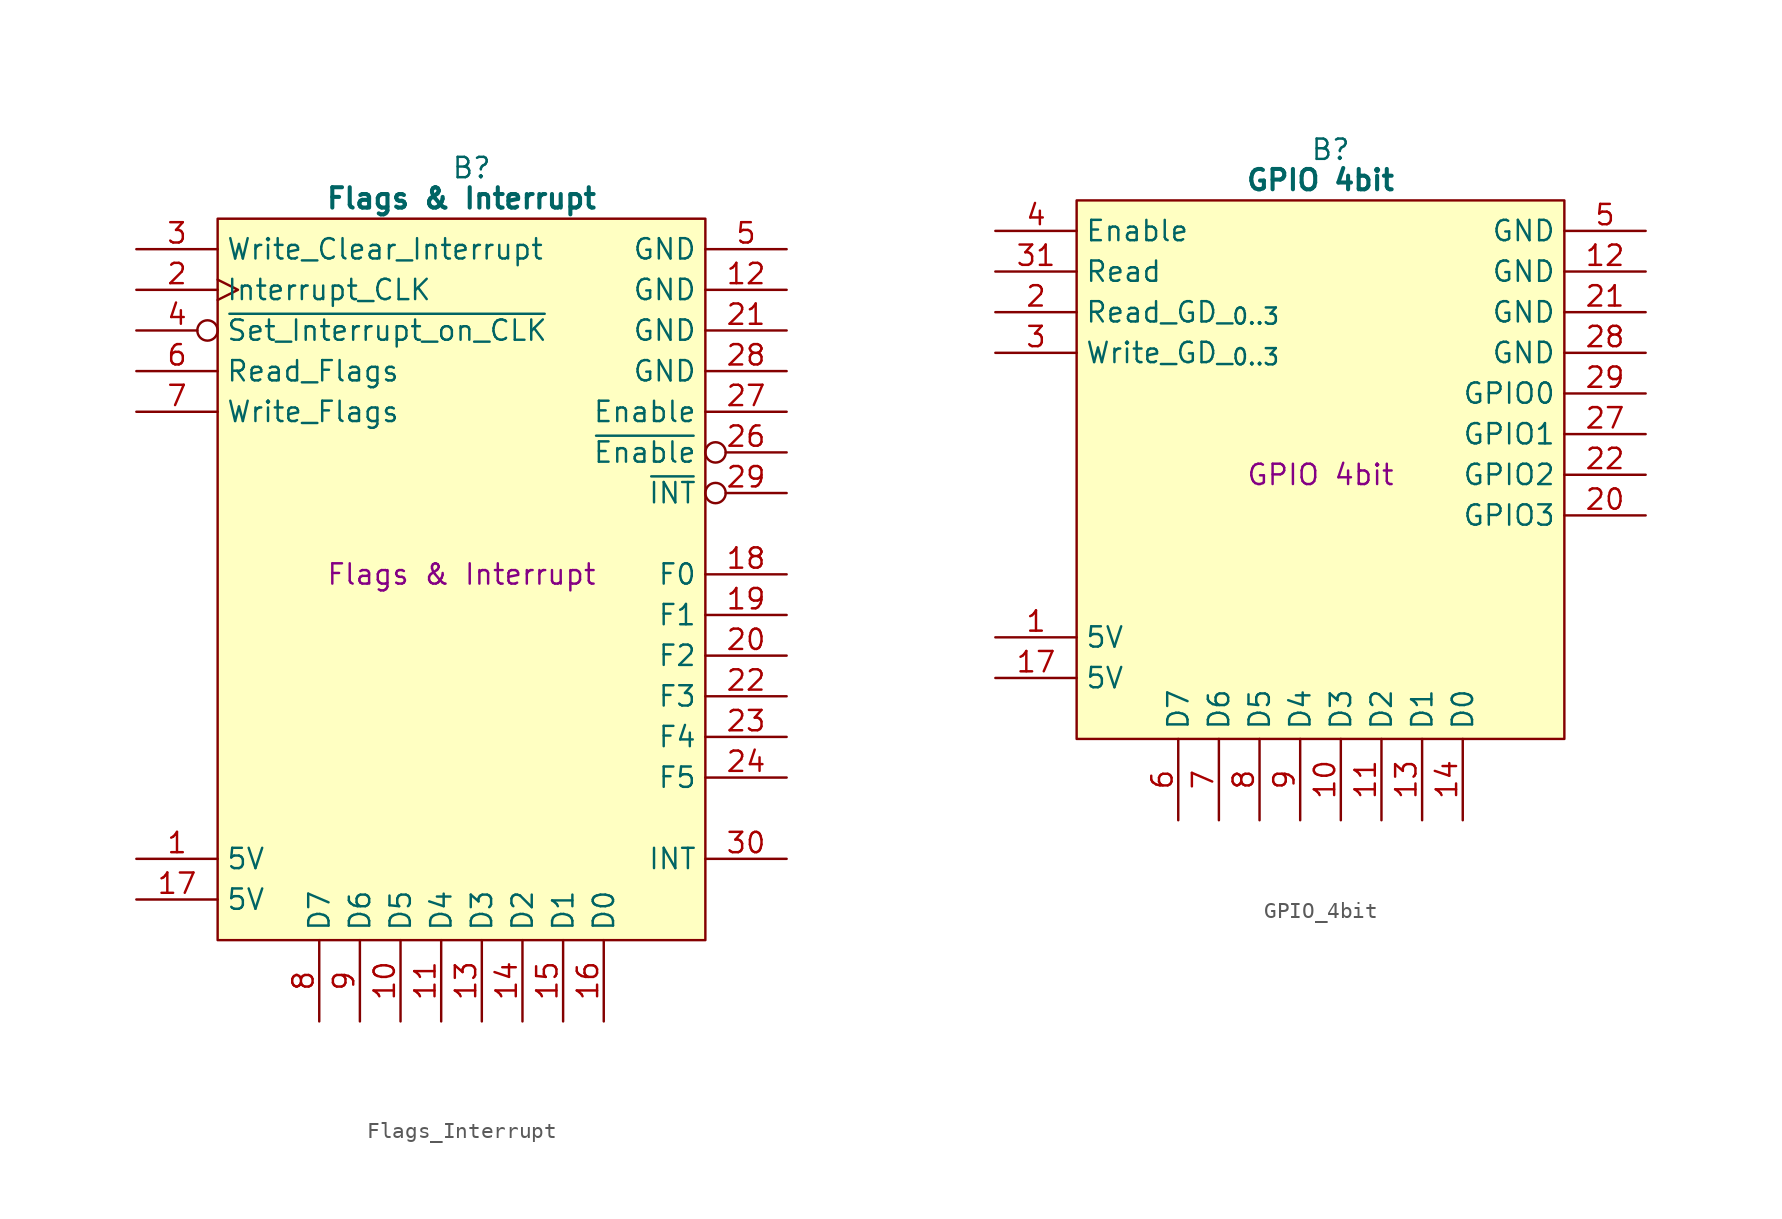
<source format=kicad_sym>
(kicad_symbol_lib
  (version 20241209)
  (generator "kicad_symbol_editor")
  (generator_version "9.0")
  (symbol "Flags_Interrupt"
    (property "Reference" "B"
      (at 15.875 5.08 0)
      (effects (font (size 1.27 1.27))))
    (property "Value" "Flags & Interrupt"
      (at 15.24 3.175 0)
      (effects (font (size 1.27 1.27) (bold yes))))
    (property "Description" "Flags & Interrupt"
      (at 15.24 -20.32 0)
      (effects (font (size 1.27 1.27))))
    (symbol "Flags_Interrupt_0_1"
      (polyline (pts (xy 0 1.905) (xy 30.48 1.905) (xy 30.48 -43.18) (xy 0 -43.18) (xy 0 1.905)) (stroke (width 0.152) (type default)) (fill (type background))))
    (symbol "Flags_Interrupt_1_1"
      (pin input line (at -5.08 0 0) (length 5.08) (name "Write_Clear_Interrupt" (effects (font (size 1.27 1.27)))) (number "3" (effects (font (size 1.27 1.27)))))
      (pin input clock (at -5.08 -2.54 0) (length 5.08) (name "Interrupt_CLK" (effects (font (size 1.27 1.27)))) (number "2" (effects (font (size 1.27 1.27)))))
      (pin input inverted (at -5.08 -5.08 0) (length 5.08) (name "~{Set_Interrupt_on_CLK}" (effects (font (size 1.27 1.27)))) (number "4" (effects (font (size 1.27 1.27)))))
      (pin input line (at -5.08 -7.62 0) (length 5.08) (name "Read_Flags" (effects (font (size 1.27 1.27)))) (number "6" (effects (font (size 1.27 1.27)))))
      (pin input line (at -5.08 -10.16 0) (length 5.08) (name "Write_Flags" (effects (font (size 1.27 1.27)))) (number "7" (effects (font (size 1.27 1.27)))))
      (pin passive line (at -5.08 -38.1 0) (length 5.08) (name "5V" (effects (font (size 1.27 1.27)))) (number "1" (effects (font (size 1.27 1.27)))))
      (pin passive line (at -5.08 -40.64 0) (length 5.08) (name "5V" (effects (font (size 1.27 1.27)))) (number "17" (effects (font (size 1.27 1.27)))))
      (pin input line (at 6.35 -48.26 90) (length 5.08) (name "D7" (effects (font (size 1.27 1.27)))) (number "8" (effects (font (size 1.27 1.27)))))
      (pin input line (at 8.89 -48.26 90) (length 5.08) (name "D6" (effects (font (size 1.27 1.27)))) (number "9" (effects (font (size 1.27 1.27)))))
      (pin input line (at 11.43 -48.26 90) (length 5.08) (name "D5" (effects (font (size 1.27 1.27)))) (number "10" (effects (font (size 1.27 1.27)))))
      (pin input line (at 13.97 -48.26 90) (length 5.08) (name "D4" (effects (font (size 1.27 1.27)))) (number "11" (effects (font (size 1.27 1.27)))))
      (pin input line (at 16.51 -48.26 90) (length 5.08) (name "D3" (effects (font (size 1.27 1.27)))) (number "13" (effects (font (size 1.27 1.27)))))
      (pin input line (at 19.05 -48.26 90) (length 5.08) (name "D2" (effects (font (size 1.27 1.27)))) (number "14" (effects (font (size 1.27 1.27)))))
      (pin input line (at 21.59 -48.26 90) (length 5.08) (name "D1" (effects (font (size 1.27 1.27)))) (number "15" (effects (font (size 1.27 1.27)))))
      (pin input line (at 24.13 -48.26 90) (length 5.08) (name "D0" (effects (font (size 1.27 1.27)))) (number "16" (effects (font (size 1.27 1.27)))))
      (pin passive line (at 35.56 0 180) (length 5.08) (name "GND" (effects (font (size 1.27 1.27)))) (number "5" (effects (font (size 1.27 1.27)))))
      (pin passive line (at 35.56 -2.54 180) (length 5.08) (name "GND" (effects (font (size 1.27 1.27)))) (number "12" (effects (font (size 1.27 1.27)))))
      (pin passive line (at 35.56 -5.08 180) (length 5.08) (name "GND" (effects (font (size 1.27 1.27)))) (number "21" (effects (font (size 1.27 1.27)))))
      (pin passive line (at 35.56 -7.62 180) (length 5.08) (name "GND" (effects (font (size 1.27 1.27)))) (number "28" (effects (font (size 1.27 1.27)))))
      (pin output line (at 35.56 -10.16 180) (length 5.08) (name "Enable" (effects (font (size 1.27 1.27)))) (number "27" (effects (font (size 1.27 1.27)))))
      (pin output inverted (at 35.56 -12.7 180) (length 5.08) (name "~{Enable}" (effects (font (size 1.27 1.27)))) (number "26" (effects (font (size 1.27 1.27)))))
      (pin output inverted (at 35.56 -15.24 180) (length 5.08) (name "~{INT}" (effects (font (size 1.27 1.27)))) (number "29" (effects (font (size 1.27 1.27)))))
      (pin no_connect line (at 35.56 -17.78 180) (length 5.08) (hide yes) (name "N.C." (effects (font (size 1.27 1.27)))) (number "32" (effects (font (size 1.27 1.27)))))
      (pin output line (at 35.56 -20.32 180) (length 5.08) (name "F0" (effects (font (size 1.27 1.27)))) (number "18" (effects (font (size 1.27 1.27)))))
      (pin output line (at 35.56 -22.86 180) (length 5.08) (name "F1" (effects (font (size 1.27 1.27)))) (number "19" (effects (font (size 1.27 1.27)))))
      (pin output line (at 35.56 -25.4 180) (length 5.08) (name "F2" (effects (font (size 1.27 1.27)))) (number "20" (effects (font (size 1.27 1.27)))))
      (pin output line (at 35.56 -27.94 180) (length 5.08) (name "F3" (effects (font (size 1.27 1.27)))) (number "22" (effects (font (size 1.27 1.27)))))
      (pin output line (at 35.56 -30.48 180) (length 5.08) (name "F4" (effects (font (size 1.27 1.27)))) (number "23" (effects (font (size 1.27 1.27)))))
      (pin output line (at 35.56 -33.02 180) (length 5.08) (name "F5" (effects (font (size 1.27 1.27)))) (number "24" (effects (font (size 1.27 1.27)))))
      (pin no_connect line (at 35.56 -35.56 180) (length 5.08) (hide yes) (name "N.C." (effects (font (size 1.27 1.27)))) (number "25" (effects (font (size 1.27 1.27)))))
      (pin output line (at 35.56 -38.1 180) (length 5.08) (name "INT" (effects (font (size 1.27 1.27)))) (number "30" (effects (font (size 1.27 1.27)))))
      (pin no_connect line (at 35.56 -40.64 180) (length 5.08) (hide yes) (name "N.C." (effects (font (size 1.27 1.27)))) (number "31" (effects (font (size 1.27 1.27)))))))
  (symbol "GPIO_4bit"
    (property "Reference" "B"
      (at 15.875 5.08 0)
      (effects (font (size 1.27 1.27))))
    (property "Value" "GPIO 4bit"
      (at 15.24 3.175 0)
      (effects (font (size 1.27 1.27) (bold yes))))
    (property "Description" "GPIO 4bit"
      (at 15.24 -15.24 0)
      (effects (font (size 1.27 1.27))))
    (symbol "GPIO_4bit_0_1"
      (polyline (pts (xy 0 1.905) (xy 30.48 1.905) (xy 30.48 -31.75) (xy 0 -31.75) (xy 0 1.905)) (stroke (width 0.152) (type default)) (fill (type background))))
    (symbol "GPIO_4bit_1_1"
      (pin input line (at -5.08 0 0) (length 5.08) (name "Enable" (effects (font (size 1.27 1.27)))) (number "4" (effects (font (size 1.27 1.27)))))
      (pin input line (at -5.08 -2.54 0) (length 5.08) (name "Read" (effects (font (size 1.27 1.27)))) (number "31" (effects (font (size 1.27 1.27)))))
      (pin input line (at -5.08 -5.08 0) (length 5.08) (name "Read_GD__{0..3}" (effects (font (size 1.27 1.27)))) (number "2" (effects (font (size 1.27 1.27)))))
      (pin input line (at -5.08 -7.62 0) (length 5.08) (name "Write_GD__{0..3}" (effects (font (size 1.27 1.27)))) (number "3" (effects (font (size 1.27 1.27)))))
      (pin no_connect line (at -5.08 -10.16 0) (length 5.08) (hide yes) (name "N.C." (effects (font (size 1.27 1.27)))) (number "16" (effects (font (size 1.27 1.27)))))
      (pin no_connect line (at -5.08 -12.7 0) (length 5.08) (hide yes) (name "N.C." (effects (font (size 1.27 1.27)))) (number "18" (effects (font (size 1.27 1.27)))))
      (pin no_connect line (at -5.08 -15.24 0) (length 5.08) (hide yes) (name "N.C." (effects (font (size 1.27 1.27)))) (number "19" (effects (font (size 1.27 1.27)))))
      (pin no_connect line (at -5.08 -17.78 0) (length 5.08) (hide yes) (name "N.C." (effects (font (size 1.27 1.27)))) (number "23" (effects (font (size 1.27 1.27)))))
      (pin no_connect line (at -5.08 -20.32 0) (length 5.08) (hide yes) (name "N.C." (effects (font (size 1.27 1.27)))) (number "24" (effects (font (size 1.27 1.27)))))
      (pin no_connect line (at -5.08 -22.86 0) (length 5.08) (hide yes) (name "N.C." (effects (font (size 1.27 1.27)))) (number "25" (effects (font (size 1.27 1.27)))))
      (pin passive line (at -5.08 -25.4 0) (length 5.08) (name "5V" (effects (font (size 1.27 1.27)))) (number "1" (effects (font (size 1.27 1.27)))))
      (pin passive line (at -5.08 -27.94 0) (length 5.08) (name "5V" (effects (font (size 1.27 1.27)))) (number "17" (effects (font (size 1.27 1.27)))))
      (pin tri_state line (at 6.35 -36.83 90) (length 5.08) (name "D7" (effects (font (size 1.27 1.27)))) (number "6" (effects (font (size 1.27 1.27)))))
      (pin tri_state line (at 8.89 -36.83 90) (length 5.08) (name "D6" (effects (font (size 1.27 1.27)))) (number "7" (effects (font (size 1.27 1.27)))))
      (pin tri_state line (at 11.43 -36.83 90) (length 5.08) (name "D5" (effects (font (size 1.27 1.27)))) (number "8" (effects (font (size 1.27 1.27)))))
      (pin tri_state line (at 13.97 -36.83 90) (length 5.08) (name "D4" (effects (font (size 1.27 1.27)))) (number "9" (effects (font (size 1.27 1.27)))))
      (pin tri_state line (at 16.51 -36.83 90) (length 5.08) (name "D3" (effects (font (size 1.27 1.27)))) (number "10" (effects (font (size 1.27 1.27)))))
      (pin tri_state line (at 19.05 -36.83 90) (length 5.08) (name "D2" (effects (font (size 1.27 1.27)))) (number "11" (effects (font (size 1.27 1.27)))))
      (pin tri_state line (at 21.59 -36.83 90) (length 5.08) (name "D1" (effects (font (size 1.27 1.27)))) (number "13" (effects (font (size 1.27 1.27)))))
      (pin tri_state line (at 24.13 -36.83 90) (length 5.08) (name "D0" (effects (font (size 1.27 1.27)))) (number "14" (effects (font (size 1.27 1.27)))))
      (pin passive line (at 35.56 0 180) (length 5.08) (name "GND" (effects (font (size 1.27 1.27)))) (number "5" (effects (font (size 1.27 1.27)))))
      (pin passive line (at 35.56 -2.54 180) (length 5.08) (name "GND" (effects (font (size 1.27 1.27)))) (number "12" (effects (font (size 1.27 1.27)))))
      (pin passive line (at 35.56 -5.08 180) (length 5.08) (name "GND" (effects (font (size 1.27 1.27)))) (number "21" (effects (font (size 1.27 1.27)))))
      (pin passive line (at 35.56 -7.62 180) (length 5.08) (name "GND" (effects (font (size 1.27 1.27)))) (number "28" (effects (font (size 1.27 1.27)))))
      (pin tri_state line (at 35.56 -10.16 180) (length 5.08) (name "GPIO0" (effects (font (size 1.27 1.27)))) (number "29" (effects (font (size 1.27 1.27)))))
      (pin tri_state line (at 35.56 -12.7 180) (length 5.08) (name "GPIO1" (effects (font (size 1.27 1.27)))) (number "27" (effects (font (size 1.27 1.27)))))
      (pin tri_state line (at 35.56 -15.24 180) (length 5.08) (name "GPIO2" (effects (font (size 1.27 1.27)))) (number "22" (effects (font (size 1.27 1.27)))))
      (pin tri_state line (at 35.56 -17.78 180) (length 5.08) (name "GPIO3" (effects (font (size 1.27 1.27)))) (number "20" (effects (font (size 1.27 1.27)))))
      (pin no_connect line (at 35.56 -20.32 180) (length 5.08) (hide yes) (name "N.C." (effects (font (size 1.27 1.27)))) (number "26" (effects (font (size 1.27 1.27)))))
      (pin no_connect line (at 35.56 -22.86 180) (length 5.08) (hide yes) (name "N.C." (effects (font (size 1.27 1.27)))) (number "30" (effects (font (size 1.27 1.27)))))
      (pin no_connect line (at 35.56 -25.4 180) (length 5.08) (hide yes) (name "N.C." (effects (font (size 1.27 1.27)))) (number "15" (effects (font (size 1.27 1.27)))))
      (pin no_connect line (at 35.56 -27.94 180) (length 5.08) (hide yes) (name "N.C." (effects (font (size 1.27 1.27)))) (number "32" (effects (font (size 1.27 1.27))))))))
</source>
